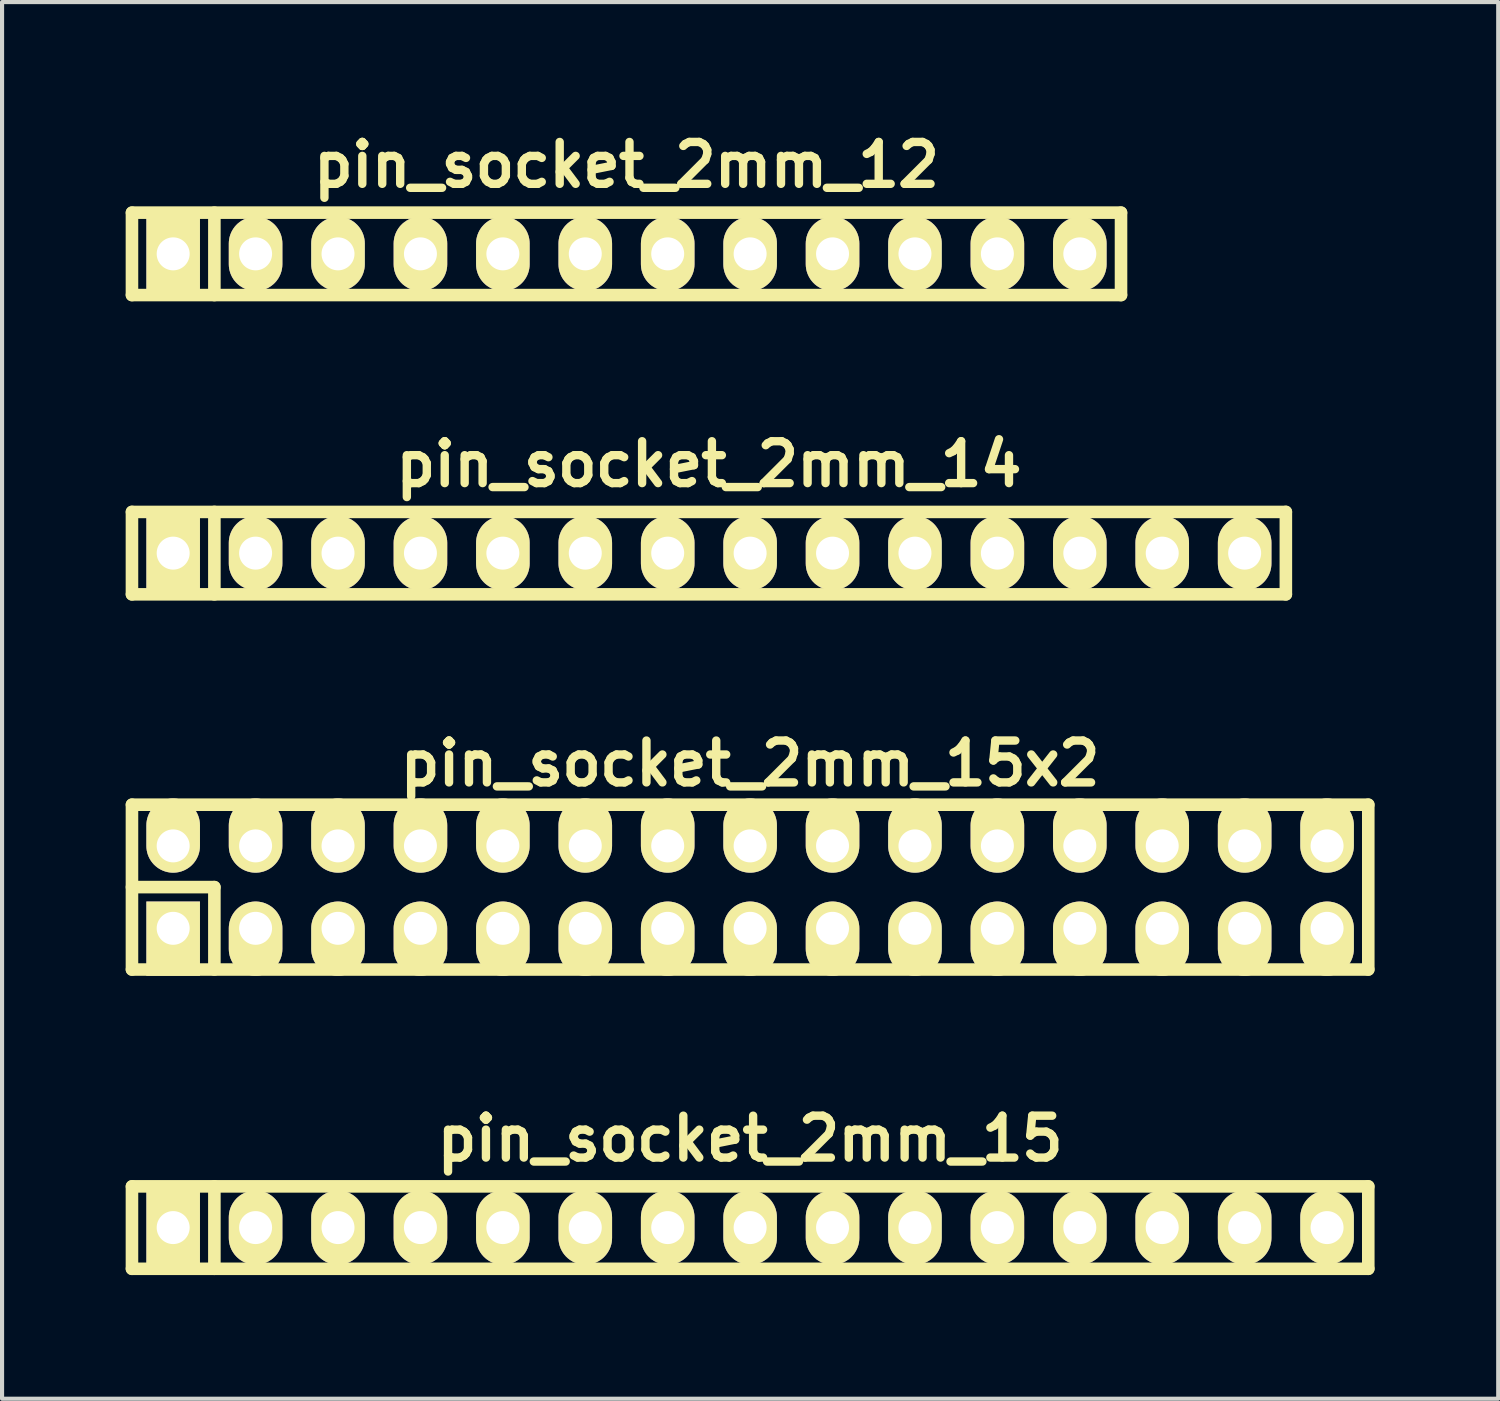
<source format=kicad_pcb>
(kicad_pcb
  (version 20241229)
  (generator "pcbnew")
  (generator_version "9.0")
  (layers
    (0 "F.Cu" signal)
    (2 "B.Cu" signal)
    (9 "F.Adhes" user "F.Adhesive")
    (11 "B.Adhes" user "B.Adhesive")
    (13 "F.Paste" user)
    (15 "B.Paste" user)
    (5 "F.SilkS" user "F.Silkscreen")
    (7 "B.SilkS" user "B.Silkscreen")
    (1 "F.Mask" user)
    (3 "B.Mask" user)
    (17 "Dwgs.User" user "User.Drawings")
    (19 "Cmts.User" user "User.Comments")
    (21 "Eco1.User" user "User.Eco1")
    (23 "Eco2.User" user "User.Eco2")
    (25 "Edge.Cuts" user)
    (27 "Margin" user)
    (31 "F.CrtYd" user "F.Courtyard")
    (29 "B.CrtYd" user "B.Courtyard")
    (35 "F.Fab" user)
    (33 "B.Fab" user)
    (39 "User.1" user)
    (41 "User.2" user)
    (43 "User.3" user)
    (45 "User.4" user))
  (footprint "pin_socket_2mm_14"
    (layer "F.Cu")
    (at 14.152 10.372)
    (property "Reference" "pin_socket_2mm_14" (at 0 -2.159 0) (layer "F.SilkS") (effects (font (size 1.016 1.016) (thickness 0.203))))
    (attr through_hole)
    (fp_line (start -14 -1) (end 14 -1) (stroke (width 0.305) (type solid)) (layer "F.SilkS"))
    (fp_line (start -14 1) (end -14 -1) (stroke (width 0.305) (type solid)) (layer "F.SilkS"))
    (fp_line (start -12 -1) (end -12 1) (stroke (width 0.305) (type solid)) (layer "F.SilkS"))
    (fp_line (start 14 -1) (end 14 1) (stroke (width 0.305) (type solid)) (layer "F.SilkS"))
    (fp_line (start 14 1) (end -14 1) (stroke (width 0.305) (type solid)) (layer "F.SilkS"))
    (pad "1" thru_hole rect (at -13 0) (size 1.3 1.8) (drill 0.8) (layers "*.Cu" "*.Mask" "F.SilkS"))
    (pad "2" thru_hole oval (at -11 0) (size 1.3 1.8) (drill 0.8) (layers "*.Cu" "*.Mask" "F.SilkS"))
    (pad "3" thru_hole oval (at -9 0) (size 1.3 1.8) (drill 0.8) (layers "*.Cu" "*.Mask" "F.SilkS"))
    (pad "4" thru_hole oval (at -7 0) (size 1.3 1.8) (drill 0.8) (layers "*.Cu" "*.Mask" "F.SilkS"))
    (pad "5" thru_hole oval (at -5 0) (size 1.3 1.8) (drill 0.8) (layers "*.Cu" "*.Mask" "F.SilkS"))
    (pad "6" thru_hole oval (at -3 0) (size 1.3 1.8) (drill 0.8) (layers "*.Cu" "*.Mask" "F.SilkS"))
    (pad "7" thru_hole oval (at -1 0) (size 1.3 1.8) (drill 0.8) (layers "*.Cu" "*.Mask" "F.SilkS"))
    (pad "8" thru_hole oval (at 1 0) (size 1.3 1.8) (drill 0.8) (layers "*.Cu" "*.Mask" "F.SilkS"))
    (pad "9" thru_hole oval (at 3 0) (size 1.3 1.8) (drill 0.8) (layers "*.Cu" "*.Mask" "F.SilkS"))
    (pad "10" thru_hole oval (at 5 0) (size 1.3 1.8) (drill 0.8) (layers "*.Cu" "*.Mask" "F.SilkS"))
    (pad "11" thru_hole oval (at 7 0) (size 1.3 1.8) (drill 0.8) (layers "*.Cu" "*.Mask" "F.SilkS"))
    (pad "12" thru_hole oval (at 9 0) (size 1.3 1.8) (drill 0.8) (layers "*.Cu" "*.Mask" "F.SilkS"))
    (pad "13" thru_hole oval (at 11 0) (size 1.3 1.8) (drill 0.8) (layers "*.Cu" "*.Mask" "F.SilkS"))
    (pad "14" thru_hole oval (at 13 0) (size 1.3 1.8) (drill 0.8) (layers "*.Cu" "*.Mask" "F.SilkS")))
  (footprint "pin_socket_2mm_15"
    (layer "F.Cu")
    (at 15.152 26.738)
    (property "Reference" "pin_socket_2mm_15" (at 0 -2.159 0) (layer "F.SilkS") (effects (font (size 1.016 1.016) (thickness 0.203))))
    (attr through_hole)
    (fp_line (start -15 -1) (end 15 -1) (stroke (width 0.305) (type solid)) (layer "F.SilkS"))
    (fp_line (start -15 1) (end -15 -1) (stroke (width 0.305) (type solid)) (layer "F.SilkS"))
    (fp_line (start -13 -1) (end -13 1) (stroke (width 0.305) (type solid)) (layer "F.SilkS"))
    (fp_line (start 15 -1) (end 15 1) (stroke (width 0.305) (type solid)) (layer "F.SilkS"))
    (fp_line (start 15 1) (end -15 1) (stroke (width 0.305) (type solid)) (layer "F.SilkS"))
    (pad "1" thru_hole rect (at -14 0) (size 1.3 1.8) (drill 0.8) (layers "*.Cu" "*.Mask" "F.SilkS"))
    (pad "2" thru_hole oval (at -12 0) (size 1.3 1.8) (drill 0.8) (layers "*.Cu" "*.Mask" "F.SilkS"))
    (pad "3" thru_hole oval (at -10 0) (size 1.3 1.8) (drill 0.8) (layers "*.Cu" "*.Mask" "F.SilkS"))
    (pad "4" thru_hole oval (at -8 0) (size 1.3 1.8) (drill 0.8) (layers "*.Cu" "*.Mask" "F.SilkS"))
    (pad "5" thru_hole oval (at -6 0) (size 1.3 1.8) (drill 0.8) (layers "*.Cu" "*.Mask" "F.SilkS"))
    (pad "6" thru_hole oval (at -4 0) (size 1.3 1.8) (drill 0.8) (layers "*.Cu" "*.Mask" "F.SilkS"))
    (pad "7" thru_hole oval (at -2 0) (size 1.3 1.8) (drill 0.8) (layers "*.Cu" "*.Mask" "F.SilkS"))
    (pad "8" thru_hole oval (at 0 0) (size 1.3 1.8) (drill 0.8) (layers "*.Cu" "*.Mask" "F.SilkS"))
    (pad "9" thru_hole oval (at 2 0) (size 1.3 1.8) (drill 0.8) (layers "*.Cu" "*.Mask" "F.SilkS"))
    (pad "10" thru_hole oval (at 4 0) (size 1.3 1.8) (drill 0.8) (layers "*.Cu" "*.Mask" "F.SilkS"))
    (pad "11" thru_hole oval (at 6 0) (size 1.3 1.8) (drill 0.8) (layers "*.Cu" "*.Mask" "F.SilkS"))
    (pad "12" thru_hole oval (at 8 0) (size 1.3 1.8) (drill 0.8) (layers "*.Cu" "*.Mask" "F.SilkS"))
    (pad "13" thru_hole oval (at 10 0) (size 1.3 1.8) (drill 0.8) (layers "*.Cu" "*.Mask" "F.SilkS"))
    (pad "14" thru_hole oval (at 12 0) (size 1.3 1.8) (drill 0.8) (layers "*.Cu" "*.Mask" "F.SilkS"))
    (pad "15" thru_hole oval (at 14 0) (size 1.3 1.8) (drill 0.8) (layers "*.Cu" "*.Mask" "F.SilkS")))
  (footprint "pin_socket_2mm_12"
    (layer "F.Cu")
    (at 12.152 3.11)
    (property "Reference" "pin_socket_2mm_12" (at 0 -2.159 0) (layer "F.SilkS") (effects (font (size 1.016 1.016) (thickness 0.203))))
    (attr through_hole)
    (fp_line (start -12 -1) (end 12 -1) (stroke (width 0.305) (type solid)) (layer "F.SilkS"))
    (fp_line (start -12 1) (end -12 -1) (stroke (width 0.305) (type solid)) (layer "F.SilkS"))
    (fp_line (start -10 -1) (end -10 1) (stroke (width 0.305) (type solid)) (layer "F.SilkS"))
    (fp_line (start 12 -1) (end 12 1) (stroke (width 0.305) (type solid)) (layer "F.SilkS"))
    (fp_line (start 12 1) (end -12 1) (stroke (width 0.305) (type solid)) (layer "F.SilkS"))
    (pad "1" thru_hole rect (at -11 0) (size 1.3 1.8) (drill 0.8) (layers "*.Cu" "*.Mask" "F.SilkS"))
    (pad "2" thru_hole oval (at -9 0) (size 1.3 1.8) (drill 0.8) (layers "*.Cu" "*.Mask" "F.SilkS"))
    (pad "3" thru_hole oval (at -7 0) (size 1.3 1.8) (drill 0.8) (layers "*.Cu" "*.Mask" "F.SilkS"))
    (pad "4" thru_hole oval (at -5 0) (size 1.3 1.8) (drill 0.8) (layers "*.Cu" "*.Mask" "F.SilkS"))
    (pad "5" thru_hole oval (at -3 0) (size 1.3 1.8) (drill 0.8) (layers "*.Cu" "*.Mask" "F.SilkS"))
    (pad "6" thru_hole oval (at -1 0) (size 1.3 1.8) (drill 0.8) (layers "*.Cu" "*.Mask" "F.SilkS"))
    (pad "7" thru_hole oval (at 1 0) (size 1.3 1.8) (drill 0.8) (layers "*.Cu" "*.Mask" "F.SilkS"))
    (pad "8" thru_hole oval (at 3 0) (size 1.3 1.8) (drill 0.8) (layers "*.Cu" "*.Mask" "F.SilkS"))
    (pad "9" thru_hole oval (at 5 0) (size 1.3 1.8) (drill 0.8) (layers "*.Cu" "*.Mask" "F.SilkS"))
    (pad "10" thru_hole oval (at 7 0) (size 1.3 1.8) (drill 0.8) (layers "*.Cu" "*.Mask" "F.SilkS"))
    (pad "11" thru_hole oval (at 9 0) (size 1.3 1.8) (drill 0.8) (layers "*.Cu" "*.Mask" "F.SilkS"))
    (pad "12" thru_hole oval (at 11 0) (size 1.3 1.8) (drill 0.8) (layers "*.Cu" "*.Mask" "F.SilkS")))
  (footprint "pin_socket_2mm_15x2"
    (layer "F.Cu")
    (at 15.152 18.476)
    (property "Reference" "pin_socket_2mm_15x2" (at 0 -3 0) (layer "F.SilkS") (effects (font (size 1.016 1.016) (thickness 0.203))))
    (attr through_hole)
    (fp_line (start -15 -2) (end 15 -2) (stroke (width 0.305) (type solid)) (layer "F.SilkS"))
    (fp_line (start -15 0) (end -13 0) (stroke (width 0.305) (type solid)) (layer "F.SilkS"))
    (fp_line (start -15 2) (end -15 -2) (stroke (width 0.305) (type solid)) (layer "F.SilkS"))
    (fp_line (start -13 0) (end -13 2) (stroke (width 0.305) (type solid)) (layer "F.SilkS"))
    (fp_line (start 15 -2) (end 15 2) (stroke (width 0.305) (type solid)) (layer "F.SilkS"))
    (fp_line (start 15 2) (end -15 2) (stroke (width 0.305) (type solid)) (layer "F.SilkS"))
    (pad "1" thru_hole rect (at -14 1) (size 1.3 1.8) (drill 0.8 (offset 0 0.25)) (layers "*.Cu" "*.Mask" "F.SilkS"))
    (pad "2" thru_hole oval (at -14 -1) (size 1.3 1.8) (drill 0.8 (offset 0 -0.25)) (layers "*.Cu" "*.Mask" "F.SilkS"))
    (pad "3" thru_hole oval (at -12 1) (size 1.3 1.8) (drill 0.8 (offset 0 0.25)) (layers "*.Cu" "*.Mask" "F.SilkS"))
    (pad "4" thru_hole oval (at -12 -1) (size 1.3 1.8) (drill 0.8 (offset 0 -0.25)) (layers "*.Cu" "*.Mask" "F.SilkS"))
    (pad "5" thru_hole oval (at -10 1) (size 1.3 1.8) (drill 0.8 (offset 0 0.25)) (layers "*.Cu" "*.Mask" "F.SilkS"))
    (pad "6" thru_hole oval (at -10 -1) (size 1.3 1.8) (drill 0.8 (offset 0 -0.25)) (layers "*.Cu" "*.Mask" "F.SilkS"))
    (pad "7" thru_hole oval (at -8 1) (size 1.3 1.8) (drill 0.8 (offset 0 0.25)) (layers "*.Cu" "*.Mask" "F.SilkS"))
    (pad "8" thru_hole oval (at -8 -1) (size 1.3 1.8) (drill 0.8 (offset 0 -0.25)) (layers "*.Cu" "*.Mask" "F.SilkS"))
    (pad "9" thru_hole oval (at -6 1) (size 1.3 1.8) (drill 0.8 (offset 0 0.25)) (layers "*.Cu" "*.Mask" "F.SilkS"))
    (pad "10" thru_hole oval (at -6 -1) (size 1.3 1.8) (drill 0.8 (offset 0 -0.25)) (layers "*.Cu" "*.Mask" "F.SilkS"))
    (pad "11" thru_hole oval (at -4 1) (size 1.3 1.8) (drill 0.8 (offset 0 0.25)) (layers "*.Cu" "*.Mask" "F.SilkS"))
    (pad "12" thru_hole oval (at -4 -1) (size 1.3 1.8) (drill 0.8 (offset 0 -0.25)) (layers "*.Cu" "*.Mask" "F.SilkS"))
    (pad "13" thru_hole oval (at -2 1) (size 1.3 1.8) (drill 0.8 (offset 0 0.25)) (layers "*.Cu" "*.Mask" "F.SilkS"))
    (pad "14" thru_hole oval (at -2 -1) (size 1.3 1.8) (drill 0.8 (offset 0 -0.25)) (layers "*.Cu" "*.Mask" "F.SilkS"))
    (pad "15" thru_hole oval (at 0 1) (size 1.3 1.8) (drill 0.8 (offset 0 0.25)) (layers "*.Cu" "*.Mask" "F.SilkS"))
    (pad "16" thru_hole oval (at 0 -1) (size 1.3 1.8) (drill 0.8 (offset 0 -0.25)) (layers "*.Cu" "*.Mask" "F.SilkS"))
    (pad "17" thru_hole oval (at 2 1) (size 1.3 1.8) (drill 0.8 (offset 0 0.25)) (layers "*.Cu" "*.Mask" "F.SilkS"))
    (pad "18" thru_hole oval (at 2 -1) (size 1.3 1.8) (drill 0.8 (offset 0 -0.25)) (layers "*.Cu" "*.Mask" "F.SilkS"))
    (pad "19" thru_hole oval (at 4 1) (size 1.3 1.8) (drill 0.8 (offset 0 0.25)) (layers "*.Cu" "*.Mask" "F.SilkS"))
    (pad "20" thru_hole oval (at 4 -1) (size 1.3 1.8) (drill 0.8 (offset 0 -0.25)) (layers "*.Cu" "*.Mask" "F.SilkS"))
    (pad "21" thru_hole oval (at 6 1) (size 1.3 1.8) (drill 0.8 (offset 0 0.25)) (layers "*.Cu" "*.Mask" "F.SilkS"))
    (pad "22" thru_hole oval (at 6 -1) (size 1.3 1.8) (drill 0.8 (offset 0 -0.25)) (layers "*.Cu" "*.Mask" "F.SilkS"))
    (pad "23" thru_hole oval (at 8 1) (size 1.3 1.8) (drill 0.8 (offset 0 0.25)) (layers "*.Cu" "*.Mask" "F.SilkS"))
    (pad "24" thru_hole oval (at 8 -1) (size 1.3 1.8) (drill 0.8 (offset 0 -0.25)) (layers "*.Cu" "*.Mask" "F.SilkS"))
    (pad "25" thru_hole oval (at 10 1) (size 1.3 1.8) (drill 0.8 (offset 0 0.25)) (layers "*.Cu" "*.Mask" "F.SilkS"))
    (pad "26" thru_hole oval (at 10 -1) (size 1.3 1.8) (drill 0.8 (offset 0 -0.25)) (layers "*.Cu" "*.Mask" "F.SilkS"))
    (pad "27" thru_hole oval (at 12 1) (size 1.3 1.8) (drill 0.8 (offset 0 0.25)) (layers "*.Cu" "*.Mask" "F.SilkS"))
    (pad "28" thru_hole oval (at 12 -1) (size 1.3 1.8) (drill 0.8 (offset 0 -0.25)) (layers "*.Cu" "*.Mask" "F.SilkS"))
    (pad "29" thru_hole oval (at 14 1) (size 1.3 1.8) (drill 0.8 (offset 0 0.25)) (layers "*.Cu" "*.Mask" "F.SilkS"))
    (pad "30" thru_hole oval (at 14 -1) (size 1.3 1.8) (drill 0.8 (offset 0 -0.25)) (layers "*.Cu" "*.Mask" "F.SilkS")))
  (gr_rect
    (start -3 -3)
    (end 33.305 30.891)
    (stroke (width 0.1) (type default))
    (fill no)
    (layer "Edge.Cuts")))
</source>
